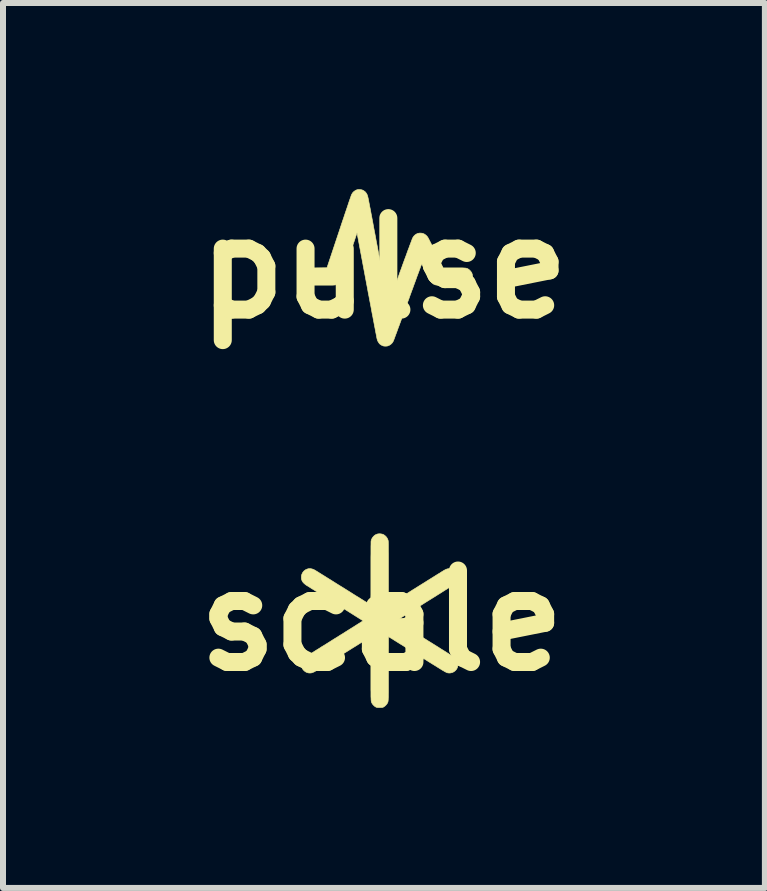
<source format=kicad_pcb>
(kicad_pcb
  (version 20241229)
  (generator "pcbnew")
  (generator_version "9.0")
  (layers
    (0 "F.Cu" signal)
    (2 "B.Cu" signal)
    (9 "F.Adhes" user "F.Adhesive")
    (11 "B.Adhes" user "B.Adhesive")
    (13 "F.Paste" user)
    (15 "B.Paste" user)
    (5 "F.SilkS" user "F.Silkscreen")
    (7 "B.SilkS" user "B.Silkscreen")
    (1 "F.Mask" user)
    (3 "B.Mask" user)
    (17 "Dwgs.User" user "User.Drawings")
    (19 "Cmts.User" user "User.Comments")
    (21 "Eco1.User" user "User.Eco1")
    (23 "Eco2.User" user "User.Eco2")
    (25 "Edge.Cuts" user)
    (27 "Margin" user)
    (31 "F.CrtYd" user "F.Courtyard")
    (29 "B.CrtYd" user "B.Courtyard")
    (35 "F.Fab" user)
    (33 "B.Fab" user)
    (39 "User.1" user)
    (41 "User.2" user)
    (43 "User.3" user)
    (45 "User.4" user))
  (footprint "pulse"
    (layer "F.Cu")
    (at 3.346 1.418)
    (property "Reference" "pulse" (at 0 0 0) (layer "F.SilkS") (effects (font (size 1.524 1.524) (thickness 0.3))))
    (attr through_hole)
    (fp_poly (pts (xy -0.391 -1.31) (xy -0.366 -1.305) (xy -0.343 -1.295) (xy -0.32 -1.279) (xy -0.314 -1.274) (xy -0.307 -1.266) (xy -0.298 -1.255) (xy -0.29 -1.243) (xy -0.283 -1.23) (xy -0.278 -1.22) (xy -0.276 -1.213) (xy -0.276 -1.213) (xy -0.275 -1.208) (xy -0.272 -1.2) (xy -0.272 -1.199) (xy -0.27 -1.194) (xy -0.268 -1.184) (xy -0.264 -1.168) (xy -0.26 -1.148) (xy -0.255 -1.124) (xy -0.25 -1.096) (xy -0.244 -1.066) (xy -0.238 -1.033) (xy -0.231 -0.999) (xy -0.23 -0.995) (xy -0.216 -0.918) (xy -0.201 -0.84) (xy -0.186 -0.761) (xy -0.172 -0.682) (xy -0.157 -0.604) (xy -0.142 -0.526) (xy -0.128 -0.448) (xy -0.113 -0.371) (xy -0.099 -0.296) (xy -0.085 -0.221) (xy -0.071 -0.149) (xy -0.058 -0.078) (xy -0.045 -0.009) (xy -0.033 0.058) (xy -0.021 0.122) (xy -0.009 0.183) (xy 0.002 0.241) (xy 0.012 0.295) (xy 0.022 0.346) (xy 0.03 0.393) (xy 0.038 0.437) (xy 0.046 0.475) (xy 0.052 0.51) (xy 0.058 0.539) (xy 0.062 0.564) (xy 0.066 0.583) (xy 0.068 0.596) (xy 0.07 0.604) (xy 0.07 0.606) (xy 0.07 0.606) (xy 0.07 0.606) (xy 0.07 0.606) (xy 0.07 0.606) (xy 0.071 0.605) (xy 0.072 0.602) (xy 0.073 0.599) (xy 0.075 0.594) (xy 0.078 0.587) (xy 0.081 0.578) (xy 0.085 0.567) (xy 0.09 0.554) (xy 0.096 0.538) (xy 0.103 0.519) (xy 0.111 0.497) (xy 0.12 0.471) (xy 0.131 0.442) (xy 0.143 0.408) (xy 0.156 0.371) (xy 0.172 0.329) (xy 0.188 0.283) (xy 0.207 0.231) (xy 0.228 0.175) (xy 0.25 0.113) (xy 0.274 0.045) (xy 0.288 0.009) (xy 0.308 -0.048) (xy 0.328 -0.103) (xy 0.347 -0.155) (xy 0.366 -0.205) (xy 0.383 -0.253) (xy 0.399 -0.297) (xy 0.415 -0.338) (xy 0.428 -0.375) (xy 0.441 -0.409) (xy 0.452 -0.438) (xy 0.461 -0.462) (xy 0.468 -0.481) (xy 0.474 -0.496) (xy 0.478 -0.505) (xy 0.479 -0.507) (xy 0.496 -0.533) (xy 0.516 -0.553) (xy 0.539 -0.569) (xy 0.564 -0.58) (xy 0.59 -0.585) (xy 0.617 -0.585) (xy 0.643 -0.581) (xy 0.669 -0.571) (xy 0.693 -0.555) (xy 0.715 -0.535) (xy 0.731 -0.514) (xy 0.734 -0.508) (xy 0.74 -0.498) (xy 0.748 -0.482) (xy 0.758 -0.463) (xy 0.77 -0.439) (xy 0.784 -0.412) (xy 0.799 -0.382) (xy 0.815 -0.349) (xy 0.833 -0.314) (xy 0.851 -0.278) (xy 0.864 -0.252) (xy 0.985 -0.006) (xy 1.165 -0.006) (xy 1.206 -0.006) (xy 1.241 -0.006) (xy 1.271 -0.006) (xy 1.296 -0.006) (xy 1.317 -0.005) (xy 1.335 -0.004) (xy 1.349 -0.003) (xy 1.361 -0.002) (xy 1.37 -0.000385) (xy 1.378 0.002) (xy 1.385 0.004) (xy 1.392 0.007) (xy 1.399 0.011) (xy 1.401 0.012) (xy 1.415 0.021) (xy 1.43 0.035) (xy 1.445 0.051) (xy 1.456 0.067) (xy 1.463 0.078) (xy 1.472 0.106) (xy 1.476 0.135) (xy 1.473 0.164) (xy 1.465 0.192) (xy 1.451 0.219) (xy 1.437 0.237) (xy 1.424 0.249) (xy 1.409 0.26) (xy 1.395 0.267) (xy 1.367 0.281) (xy 1.121 0.282) (xy 1.076 0.282) (xy 1.036 0.282) (xy 1.002 0.282) (xy 0.973 0.282) (xy 0.948 0.282) (xy 0.928 0.282) (xy 0.911 0.282) (xy 0.898 0.282) (xy 0.887 0.281) (xy 0.878 0.281) (xy 0.871 0.28) (xy 0.866 0.279) (xy 0.861 0.278) (xy 0.857 0.277) (xy 0.853 0.276) (xy 0.829 0.266) (xy 0.806 0.25) (xy 0.786 0.23) (xy 0.778 0.218) (xy 0.774 0.211) (xy 0.767 0.199) (xy 0.758 0.182) (xy 0.747 0.162) (xy 0.735 0.139) (xy 0.722 0.113) (xy 0.709 0.086) (xy 0.697 0.062) (xy 0.683 0.035) (xy 0.671 0.01) (xy 0.659 -0.013) (xy 0.649 -0.033) (xy 0.641 -0.05) (xy 0.634 -0.062) (xy 0.63 -0.07) (xy 0.628 -0.073) (xy 0.627 -0.07) (xy 0.624 -0.061) (xy 0.619 -0.047) (xy 0.611 -0.028) (xy 0.603 -0.004) (xy 0.592 0.025) (xy 0.58 0.058) (xy 0.566 0.095) (xy 0.551 0.135) (xy 0.535 0.18) (xy 0.518 0.227) (xy 0.499 0.278) (xy 0.48 0.331) (xy 0.459 0.387) (xy 0.438 0.444) (xy 0.417 0.504) (xy 0.395 0.563) (xy 0.373 0.624) (xy 0.351 0.684) (xy 0.33 0.742) (xy 0.309 0.799) (xy 0.29 0.853) (xy 0.271 0.904) (xy 0.253 0.953) (xy 0.236 0.998) (xy 0.221 1.04) (xy 0.207 1.078) (xy 0.194 1.112) (xy 0.183 1.142) (xy 0.174 1.167) (xy 0.166 1.188) (xy 0.16 1.203) (xy 0.156 1.213) (xy 0.154 1.217) (xy 0.138 1.243) (xy 0.117 1.264) (xy 0.093 1.281) (xy 0.066 1.293) (xy 0.064 1.294) (xy 0.046 1.297) (xy 0.025 1.298) (xy 0.004 1.297) (xy -0.013 1.294) (xy -0.035 1.285) (xy -0.056 1.272) (xy -0.072 1.26) (xy -0.079 1.252) (xy -0.087 1.24) (xy -0.095 1.227) (xy -0.103 1.214) (xy -0.108 1.202) (xy -0.111 1.193) (xy -0.111 1.191) (xy -0.113 1.184) (xy -0.114 1.183) (xy -0.115 1.179) (xy -0.117 1.17) (xy -0.12 1.155) (xy -0.124 1.134) (xy -0.129 1.108) (xy -0.135 1.078) (xy -0.142 1.042) (xy -0.149 1.002) (xy -0.158 0.958) (xy -0.167 0.909) (xy -0.177 0.857) (xy -0.187 0.802) (xy -0.199 0.743) (xy -0.21 0.681) (xy -0.222 0.617) (xy -0.235 0.55) (xy -0.248 0.48) (xy -0.262 0.409) (xy -0.275 0.336) (xy -0.283 0.294) (xy -0.449 -0.591) (xy -0.577 -0.207) (xy -0.593 -0.159) (xy -0.609 -0.113) (xy -0.624 -0.068) (xy -0.638 -0.025) (xy -0.652 0.015) (xy -0.664 0.052) (xy -0.676 0.086) (xy -0.686 0.117) (xy -0.695 0.143) (xy -0.703 0.164) (xy -0.709 0.181) (xy -0.713 0.193) (xy -0.716 0.199) (xy -0.716 0.199) (xy -0.73 0.223) (xy -0.747 0.243) (xy -0.767 0.259) (xy -0.769 0.26) (xy -0.775 0.264) (xy -0.781 0.268) (xy -0.786 0.271) (xy -0.792 0.274) (xy -0.799 0.276) (xy -0.807 0.277) (xy -0.817 0.279) (xy -0.829 0.28) (xy -0.844 0.281) (xy -0.861 0.282) (xy -0.882 0.282) (xy -0.908 0.282) (xy -0.937 0.282) (xy -0.972 0.282) (xy -1.011 0.282) (xy -1.057 0.282) (xy -1.072 0.282) (xy -1.317 0.281) (xy -1.344 0.267) (xy -1.362 0.257) (xy -1.377 0.247) (xy -1.386 0.237) (xy -1.404 0.213) (xy -1.417 0.186) (xy -1.424 0.157) (xy -1.424 0.128) (xy -1.419 0.099) (xy -1.411 0.077) (xy -1.403 0.064) (xy -1.392 0.049) (xy -1.378 0.034) (xy -1.365 0.021) (xy -1.354 0.014) (xy -1.347 0.01) (xy -1.342 0.007) (xy -1.336 0.004) (xy -1.33 0.002) (xy -1.323 0.000002) (xy -1.314 -0.002) (xy -1.304 -0.003) (xy -1.291 -0.004) (xy -1.275 -0.004) (xy -1.255 -0.005) (xy -1.231 -0.005) (xy -1.202 -0.006) (xy -1.168 -0.006) (xy -1.131 -0.006) (xy -0.949 -0.008) (xy -0.749 -0.608) (xy -0.729 -0.668) (xy -0.71 -0.726) (xy -0.691 -0.783) (xy -0.672 -0.838) (xy -0.655 -0.89) (xy -0.638 -0.94) (xy -0.622 -0.987) (xy -0.607 -1.031) (xy -0.594 -1.071) (xy -0.582 -1.107) (xy -0.571 -1.139) (xy -0.561 -1.167) (xy -0.553 -1.19) (xy -0.547 -1.208) (xy -0.542 -1.22) (xy -0.54 -1.227) (xy -0.539 -1.228) (xy -0.523 -1.255) (xy -0.502 -1.277) (xy -0.478 -1.294) (xy -0.471 -1.298) (xy -0.458 -1.304) (xy -0.447 -1.307) (xy -0.435 -1.31) (xy -0.42 -1.311) (xy -0.42 -1.311) (xy -0.391 -1.31)) (stroke (width 0.01) (type solid)) (fill yes) (layer "F.SilkS")))
  (footprint "scale"
    (layer "F.Cu")
    (at 3.309 7.288)
    (property "Reference" "scale" (at 0 0 0) (layer "F.SilkS") (effects (font (size 1.524 1.524) (thickness 0.3))))
    (attr through_hole)
    (fp_poly (pts (xy -0.013 -1.445) (xy 0.015 -1.439) (xy 0.029 -1.433) (xy 0.05 -1.419) (xy 0.07 -1.401) (xy 0.087 -1.379) (xy 0.1 -1.354) (xy 0.108 -1.329) (xy 0.108 -1.327) (xy 0.108 -1.322) (xy 0.109 -1.31) (xy 0.109 -1.291) (xy 0.11 -1.267) (xy 0.11 -1.236) (xy 0.11 -1.2) (xy 0.11 -1.157) (xy 0.111 -1.108) (xy 0.111 -1.053) (xy 0.111 -0.993) (xy 0.111 -0.927) (xy 0.111 -0.854) (xy 0.111 -0.785) (xy 0.111 -0.728) (xy 0.111 -0.673) (xy 0.111 -0.619) (xy 0.111 -0.568) (xy 0.111 -0.52) (xy 0.111 -0.475) (xy 0.112 -0.433) (xy 0.112 -0.395) (xy 0.112 -0.361) (xy 0.112 -0.331) (xy 0.112 -0.306) (xy 0.112 -0.286) (xy 0.112 -0.272) (xy 0.113 -0.263) (xy 0.113 -0.26) (xy 0.116 -0.262) (xy 0.124 -0.267) (xy 0.136 -0.275) (xy 0.154 -0.285) (xy 0.175 -0.299) (xy 0.201 -0.315) (xy 0.23 -0.333) (xy 0.263 -0.353) (xy 0.299 -0.376) (xy 0.338 -0.4) (xy 0.379 -0.426) (xy 0.423 -0.453) (xy 0.469 -0.482) (xy 0.516 -0.512) (xy 0.565 -0.542) (xy 0.576 -0.549) (xy 0.625 -0.58) (xy 0.673 -0.61) (xy 0.72 -0.639) (xy 0.764 -0.667) (xy 0.806 -0.693) (xy 0.846 -0.718) (xy 0.883 -0.741) (xy 0.916 -0.762) (xy 0.947 -0.781) (xy 0.974 -0.797) (xy 0.996 -0.812) (xy 1.015 -0.823) (xy 1.029 -0.832) (xy 1.038 -0.838) (xy 1.043 -0.84) (xy 1.043 -0.84) (xy 1.05 -0.844) (xy 1.059 -0.849) (xy 1.06 -0.849) (xy 1.088 -0.861) (xy 1.117 -0.866) (xy 1.145 -0.865) (xy 1.173 -0.859) (xy 1.199 -0.847) (xy 1.223 -0.829) (xy 1.243 -0.806) (xy 1.258 -0.781) (xy 1.267 -0.753) (xy 1.27 -0.723) (xy 1.269 -0.712) (xy 1.265 -0.684) (xy 1.255 -0.659) (xy 1.239 -0.635) (xy 1.225 -0.621) (xy 1.215 -0.612) (xy 1.207 -0.605) (xy 1.202 -0.601) (xy 1.202 -0.6) (xy 1.199 -0.598) (xy 1.191 -0.593) (xy 1.178 -0.585) (xy 1.16 -0.574) (xy 1.138 -0.56) (xy 1.113 -0.544) (xy 1.083 -0.525) (xy 1.05 -0.505) (xy 1.014 -0.482) (xy 0.975 -0.457) (xy 0.933 -0.431) (xy 0.889 -0.403) (xy 0.842 -0.374) (xy 0.794 -0.344) (xy 0.744 -0.313) (xy 0.72 -0.298) (xy 0.67 -0.266) (xy 0.621 -0.236) (xy 0.574 -0.206) (xy 0.528 -0.178) (xy 0.486 -0.151) (xy 0.445 -0.126) (xy 0.408 -0.102) (xy 0.373 -0.081) (xy 0.342 -0.061) (xy 0.315 -0.044) (xy 0.292 -0.029) (xy 0.272 -0.017) (xy 0.257 -0.007) (xy 0.247 -0.001) (xy 0.242 0.003) (xy 0.241 0.003) (xy 0.244 0.005) (xy 0.252 0.01) (xy 0.264 0.018) (xy 0.281 0.029) (xy 0.303 0.043) (xy 0.329 0.059) (xy 0.358 0.077) (xy 0.391 0.098) (xy 0.427 0.12) (xy 0.466 0.145) (xy 0.507 0.171) (xy 0.551 0.198) (xy 0.597 0.227) (xy 0.645 0.258) (xy 0.695 0.289) (xy 0.72 0.304) (xy 0.77 0.336) (xy 0.819 0.366) (xy 0.867 0.396) (xy 0.912 0.424) (xy 0.955 0.451) (xy 0.995 0.477) (xy 1.033 0.5) (xy 1.068 0.522) (xy 1.099 0.542) (xy 1.127 0.559) (xy 1.15 0.574) (xy 1.17 0.586) (xy 1.185 0.596) (xy 1.195 0.602) (xy 1.201 0.606) (xy 1.202 0.606) (xy 1.205 0.61) (xy 1.213 0.616) (xy 1.222 0.625) (xy 1.225 0.627) (xy 1.245 0.649) (xy 1.259 0.673) (xy 1.267 0.7) (xy 1.269 0.719) (xy 1.268 0.75) (xy 1.261 0.779) (xy 1.249 0.805) (xy 1.23 0.828) (xy 1.223 0.835) (xy 1.201 0.852) (xy 1.176 0.864) (xy 1.149 0.871) (xy 1.123 0.873) (xy 1.097 0.87) (xy 1.072 0.861) (xy 1.064 0.856) (xy 1.056 0.852) (xy 1.05 0.849) (xy 1.049 0.849) (xy 1.046 0.847) (xy 1.038 0.842) (xy 1.025 0.834) (xy 1.007 0.824) (xy 0.985 0.81) (xy 0.959 0.794) (xy 0.93 0.776) (xy 0.897 0.755) (xy 0.861 0.733) (xy 0.822 0.709) (xy 0.78 0.683) (xy 0.736 0.655) (xy 0.69 0.626) (xy 0.642 0.597) (xy 0.593 0.566) (xy 0.58 0.558) (xy 0.53 0.527) (xy 0.482 0.496) (xy 0.435 0.467) (xy 0.391 0.44) (xy 0.349 0.413) (xy 0.309 0.389) (xy 0.272 0.366) (xy 0.239 0.345) (xy 0.208 0.326) (xy 0.182 0.309) (xy 0.159 0.295) (xy 0.14 0.284) (xy 0.126 0.275) (xy 0.117 0.269) (xy 0.113 0.267) (xy 0.113 0.267) (xy 0.113 0.27) (xy 0.112 0.279) (xy 0.112 0.294) (xy 0.112 0.314) (xy 0.112 0.339) (xy 0.112 0.369) (xy 0.112 0.403) (xy 0.112 0.442) (xy 0.111 0.484) (xy 0.111 0.529) (xy 0.111 0.578) (xy 0.111 0.629) (xy 0.111 0.682) (xy 0.111 0.738) (xy 0.111 0.793) (xy 0.111 0.862) (xy 0.111 0.925) (xy 0.111 0.982) (xy 0.111 1.034) (xy 0.111 1.081) (xy 0.111 1.122) (xy 0.111 1.16) (xy 0.111 1.192) (xy 0.11 1.221) (xy 0.11 1.247) (xy 0.11 1.268) (xy 0.109 1.287) (xy 0.108 1.303) (xy 0.108 1.316) (xy 0.107 1.327) (xy 0.106 1.337) (xy 0.105 1.344) (xy 0.104 1.35) (xy 0.102 1.356) (xy 0.101 1.36) (xy 0.099 1.364) (xy 0.097 1.368) (xy 0.095 1.372) (xy 0.093 1.376) (xy 0.084 1.39) (xy 0.07 1.406) (xy 0.055 1.421) (xy 0.039 1.433) (xy 0.029 1.439) (xy 0.022 1.443) (xy 0.015 1.445) (xy 0.008 1.446) (xy -0.001 1.447) (xy -0.014 1.448) (xy -0.031 1.448) (xy -0.035 1.448) (xy -0.053 1.448) (xy -0.067 1.447) (xy -0.076 1.447) (xy -0.084 1.445) (xy -0.09 1.443) (xy -0.097 1.44) (xy -0.099 1.439) (xy -0.114 1.43) (xy -0.13 1.416) (xy -0.145 1.401) (xy -0.157 1.385) (xy -0.163 1.376) (xy -0.165 1.371) (xy -0.167 1.367) (xy -0.169 1.363) (xy -0.171 1.359) (xy -0.172 1.355) (xy -0.174 1.349) (xy -0.175 1.343) (xy -0.176 1.335) (xy -0.177 1.326) (xy -0.178 1.314) (xy -0.178 1.3) (xy -0.179 1.284) (xy -0.18 1.265) (xy -0.18 1.242) (xy -0.18 1.216) (xy -0.18 1.187) (xy -0.181 1.153) (xy -0.181 1.115) (xy -0.181 1.073) (xy -0.181 1.025) (xy -0.181 0.972) (xy -0.181 0.914) (xy -0.181 0.85) (xy -0.181 0.793) (xy -0.181 0.736) (xy -0.181 0.68) (xy -0.181 0.627) (xy -0.181 0.576) (xy -0.181 0.527) (xy -0.181 0.482) (xy -0.181 0.44) (xy -0.181 0.402) (xy -0.182 0.368) (xy -0.182 0.338) (xy -0.182 0.313) (xy -0.182 0.293) (xy -0.182 0.278) (xy -0.182 0.27) (xy -0.182 0.267) (xy -0.185 0.268) (xy -0.193 0.273) (xy -0.206 0.281) (xy -0.223 0.292) (xy -0.245 0.305) (xy -0.27 0.321) (xy -0.3 0.339) (xy -0.332 0.36) (xy -0.368 0.382) (xy -0.407 0.407) (xy -0.449 0.433) (xy -0.493 0.46) (xy -0.539 0.489) (xy -0.587 0.519) (xy -0.636 0.549) (xy -0.651 0.559) (xy -0.701 0.59) (xy -0.749 0.62) (xy -0.796 0.649) (xy -0.84 0.677) (xy -0.882 0.703) (xy -0.922 0.728) (xy -0.959 0.751) (xy -0.993 0.772) (xy -1.023 0.791) (xy -1.05 0.808) (xy -1.073 0.822) (xy -1.091 0.834) (xy -1.106 0.842) (xy -1.115 0.848) (xy -1.119 0.851) (xy -1.12 0.851) (xy -1.123 0.852) (xy -1.131 0.856) (xy -1.141 0.86) (xy -1.143 0.861) (xy -1.168 0.87) (xy -1.195 0.873) (xy -1.221 0.871) (xy -1.247 0.864) (xy -1.271 0.852) (xy -1.292 0.836) (xy -1.311 0.816) (xy -1.325 0.792) (xy -1.335 0.766) (xy -1.335 0.765) (xy -1.34 0.736) (xy -1.338 0.707) (xy -1.331 0.679) (xy -1.318 0.654) (xy -1.299 0.632) (xy -1.295 0.627) (xy -1.285 0.619) (xy -1.277 0.612) (xy -1.272 0.607) (xy -1.272 0.606) (xy -1.269 0.605) (xy -1.261 0.599) (xy -1.248 0.591) (xy -1.23 0.58) (xy -1.208 0.566) (xy -1.182 0.55) (xy -1.153 0.532) (xy -1.12 0.511) (xy -1.084 0.488) (xy -1.044 0.464) (xy -1.003 0.437) (xy -0.958 0.41) (xy -0.912 0.381) (xy -0.864 0.351) (xy -0.814 0.319) (xy -0.79 0.304) (xy -0.739 0.273) (xy -0.691 0.242) (xy -0.643 0.213) (xy -0.598 0.184) (xy -0.555 0.157) (xy -0.515 0.132) (xy -0.478 0.109) (xy -0.443 0.087) (xy -0.412 0.067) (xy -0.385 0.05) (xy -0.361 0.035) (xy -0.342 0.023) (xy -0.327 0.014) (xy -0.317 0.007) (xy -0.312 0.004) (xy -0.311 0.003) (xy -0.314 0.001) (xy -0.322 -0.004) (xy -0.334 -0.012) (xy -0.351 -0.023) (xy -0.373 -0.036) (xy -0.398 -0.052) (xy -0.428 -0.071) (xy -0.46 -0.091) (xy -0.496 -0.114) (xy -0.535 -0.138) (xy -0.577 -0.165) (xy -0.621 -0.192) (xy -0.667 -0.221) (xy -0.715 -0.251) (xy -0.765 -0.282) (xy -0.79 -0.298) (xy -0.84 -0.329) (xy -0.889 -0.36) (xy -0.936 -0.39) (xy -0.982 -0.418) (xy -1.025 -0.445) (xy -1.065 -0.47) (xy -1.103 -0.494) (xy -1.137 -0.516) (xy -1.169 -0.535) (xy -1.196 -0.553) (xy -1.22 -0.568) (xy -1.24 -0.58) (xy -1.255 -0.589) (xy -1.265 -0.596) (xy -1.271 -0.6) (xy -1.272 -0.6) (xy -1.275 -0.604) (xy -1.282 -0.61) (xy -1.292 -0.618) (xy -1.295 -0.621) (xy -1.315 -0.643) (xy -1.329 -0.667) (xy -1.337 -0.693) (xy -1.339 -0.712) (xy -1.338 -0.744) (xy -1.331 -0.772) (xy -1.318 -0.799) (xy -1.3 -0.822) (xy -1.293 -0.829) (xy -1.269 -0.847) (xy -1.243 -0.859) (xy -1.215 -0.866) (xy -1.186 -0.866) (xy -1.158 -0.86) (xy -1.129 -0.849) (xy -1.121 -0.844) (xy -1.113 -0.841) (xy -1.113 -0.84) (xy -1.11 -0.838) (xy -1.101 -0.833) (xy -1.088 -0.825) (xy -1.07 -0.814) (xy -1.048 -0.8) (xy -1.022 -0.784) (xy -0.992 -0.765) (xy -0.959 -0.745) (xy -0.923 -0.722) (xy -0.884 -0.698) (xy -0.842 -0.672) (xy -0.798 -0.644) (xy -0.752 -0.615) (xy -0.704 -0.585) (xy -0.655 -0.555) (xy -0.645 -0.549) (xy -0.596 -0.518) (xy -0.548 -0.488) (xy -0.502 -0.459) (xy -0.458 -0.431) (xy -0.416 -0.405) (xy -0.376 -0.381) (xy -0.34 -0.358) (xy -0.306 -0.337) (xy -0.276 -0.318) (xy -0.25 -0.302) (xy -0.228 -0.288) (xy -0.209 -0.277) (xy -0.196 -0.268) (xy -0.187 -0.263) (xy -0.183 -0.26) (xy -0.183 -0.26) (xy -0.182 -0.263) (xy -0.182 -0.273) (xy -0.182 -0.287) (xy -0.182 -0.308) (xy -0.182 -0.333) (xy -0.182 -0.363) (xy -0.182 -0.397) (xy -0.181 -0.435) (xy -0.181 -0.477) (xy -0.181 -0.523) (xy -0.181 -0.571) (xy -0.181 -0.622) (xy -0.181 -0.676) (xy -0.181 -0.731) (xy -0.181 -0.785) (xy -0.181 -0.863) (xy -0.181 -0.934) (xy -0.181 -1) (xy -0.181 -1.06) (xy -0.18 -1.114) (xy -0.18 -1.162) (xy -0.18 -1.204) (xy -0.18 -1.24) (xy -0.179 -1.27) (xy -0.179 -1.294) (xy -0.179 -1.311) (xy -0.178 -1.323) (xy -0.178 -1.327) (xy -0.17 -1.353) (xy -0.158 -1.377) (xy -0.141 -1.399) (xy -0.122 -1.418) (xy -0.1 -1.432) (xy -0.098 -1.433) (xy -0.071 -1.443) (xy -0.043 -1.447) (xy -0.013 -1.445)) (stroke (width 0.01) (type solid)) (fill yes) (layer "F.SilkS")))
  (gr_rect
    (start -3 -3)
    (end 9.691 11.741)
    (stroke (width 0.1) (type default))
    (fill no)
    (layer "Edge.Cuts")))
</source>
